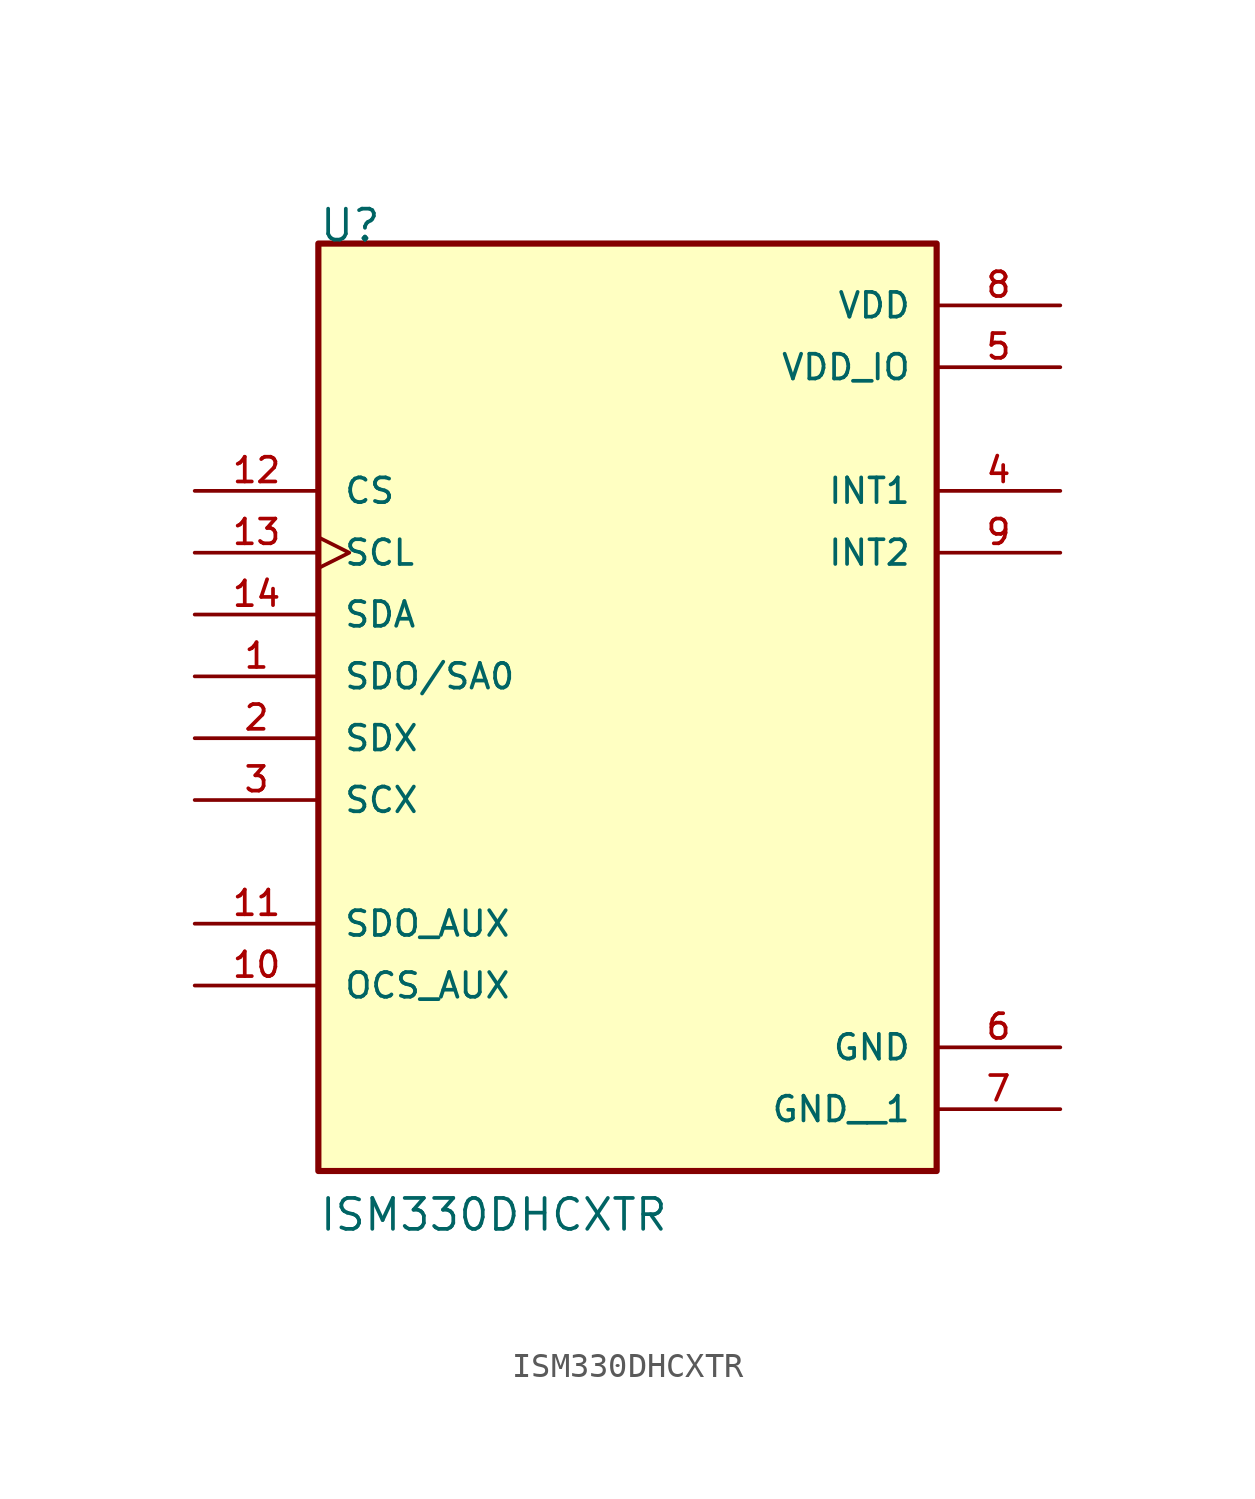
<source format=kicad_sym>
(kicad_symbol_lib
  (version 20211014)
  (generator kicad_symbol_editor)
  (symbol "ISM330DHCXTR"
    (pin_names
      (offset 1.016))
    (property "Reference" "U"
      (at -12.7 17.78 0)
      (effects (font (size 1.27 1.27)) (justify bottom left)))
    (property "Value" "ISM330DHCXTR"
      (at -12.7 -22.86 0)
      (effects (font (size 1.27 1.27)) (justify bottom left)))
    (symbol "ISM330DHCXTR_0_0"
      (rectangle (start -12.7 -20.32) (end 12.7 17.78) (stroke (width 0.254)) (fill (type background)))
      (pin power_in line (at 17.78 15.24 180.0) (length 5.08) (name "VDD" (effects (font (size 1.016 1.016)))) (number "8" (effects (font (size 1.016 1.016)))))
      (pin power_in line (at 17.78 12.7 180.0) (length 5.08) (name "VDD_IO" (effects (font (size 1.016 1.016)))) (number "5" (effects (font (size 1.016 1.016)))))
      (pin power_in line (at 17.78 -15.24 180.0) (length 5.08) (name "GND" (effects (font (size 1.016 1.016)))) (number "6" (effects (font (size 1.016 1.016)))))
      (pin bidirectional line (at -17.78 2.54 0) (length 5.08) (name "SDA" (effects (font (size 1.016 1.016)))) (number "14" (effects (font (size 1.016 1.016)))))
      (pin input clock (at -17.78 5.08 0) (length 5.08) (name "SCL" (effects (font (size 1.016 1.016)))) (number "13" (effects (font (size 1.016 1.016)))))
      (pin input line (at -17.78 7.62 0) (length 5.08) (name "CS" (effects (font (size 1.016 1.016)))) (number "12" (effects (font (size 1.016 1.016)))))
      (pin bidirectional line (at -17.78 0.0 0) (length 5.08) (name "SDO/SA0" (effects (font (size 1.016 1.016)))) (number "1" (effects (font (size 1.016 1.016)))))
      (pin bidirectional line (at -17.78 -2.54 0) (length 5.08) (name "SDX" (effects (font (size 1.016 1.016)))) (number "2" (effects (font (size 1.016 1.016)))))
      (pin bidirectional line (at -17.78 -5.08 0) (length 5.08) (name "SCX" (effects (font (size 1.016 1.016)))) (number "3" (effects (font (size 1.016 1.016)))))
      (pin bidirectional line (at -17.78 -10.16 0) (length 5.08) (name "SDO_AUX" (effects (font (size 1.016 1.016)))) (number "11" (effects (font (size 1.016 1.016)))))
      (pin bidirectional line (at -17.78 -12.7 0) (length 5.08) (name "OCS_AUX" (effects (font (size 1.016 1.016)))) (number "10" (effects (font (size 1.016 1.016)))))
      (pin output line (at 17.78 7.62 180.0) (length 5.08) (name "INT1" (effects (font (size 1.016 1.016)))) (number "4" (effects (font (size 1.016 1.016)))))
      (pin output line (at 17.78 5.08 180.0) (length 5.08) (name "INT2" (effects (font (size 1.016 1.016)))) (number "9" (effects (font (size 1.016 1.016)))))
      (pin power_in line (at 17.78 -17.78 180.0) (length 5.08) (name "GND__1" (effects (font (size 1.016 1.016)))) (number "7" (effects (font (size 1.016 1.016))))))))
</source>
